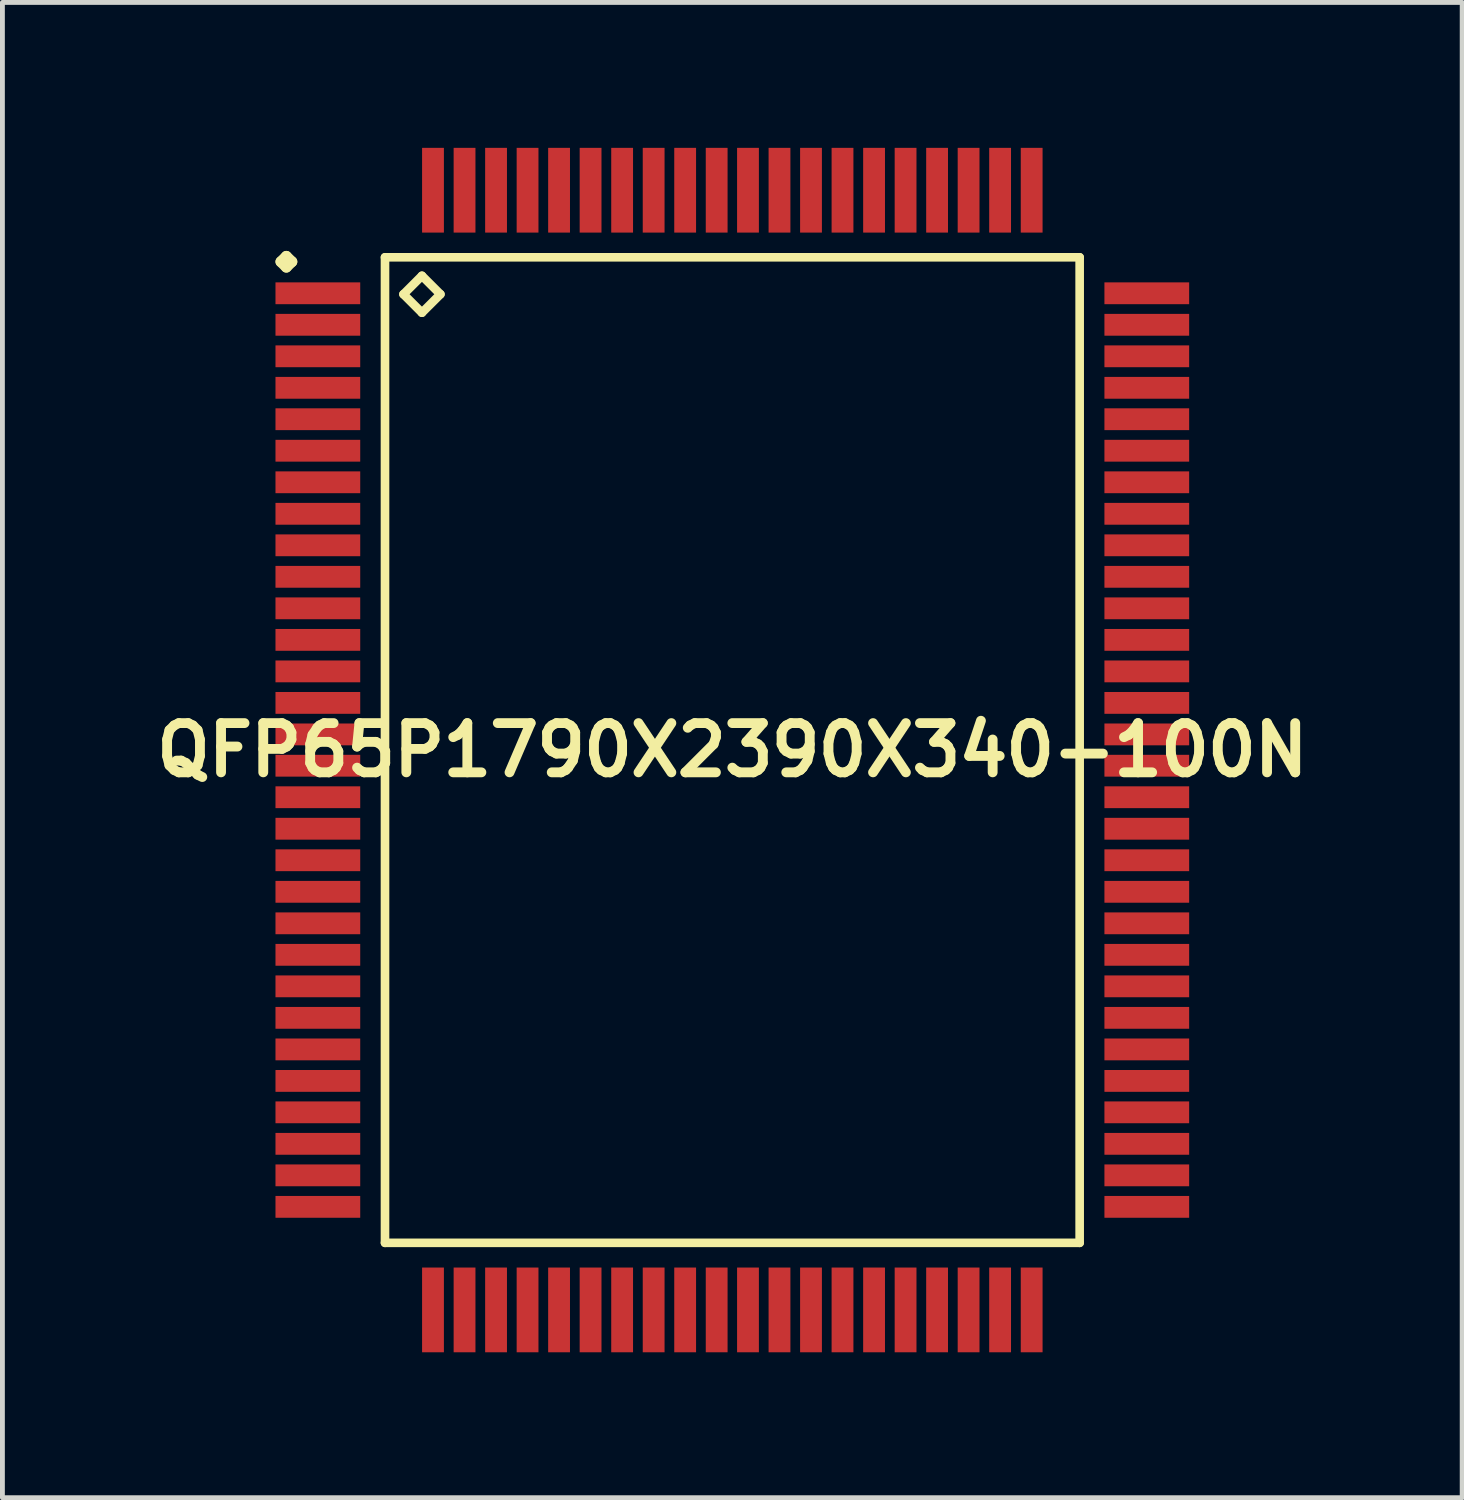
<source format=kicad_pcb>
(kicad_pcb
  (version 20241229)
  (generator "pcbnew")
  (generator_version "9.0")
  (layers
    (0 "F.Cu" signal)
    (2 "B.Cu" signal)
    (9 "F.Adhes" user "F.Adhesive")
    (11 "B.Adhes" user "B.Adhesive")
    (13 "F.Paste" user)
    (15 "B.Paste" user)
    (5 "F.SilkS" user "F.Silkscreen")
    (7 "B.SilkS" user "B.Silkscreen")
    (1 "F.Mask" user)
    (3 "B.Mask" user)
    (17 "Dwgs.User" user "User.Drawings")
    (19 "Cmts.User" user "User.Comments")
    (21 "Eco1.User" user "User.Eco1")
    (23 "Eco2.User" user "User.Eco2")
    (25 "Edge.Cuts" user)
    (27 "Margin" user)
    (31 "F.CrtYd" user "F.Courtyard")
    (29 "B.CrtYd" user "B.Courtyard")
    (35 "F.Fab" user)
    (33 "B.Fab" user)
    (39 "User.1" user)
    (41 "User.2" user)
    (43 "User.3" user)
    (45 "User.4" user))
  (footprint "QFP65P1790X2390X340-100N"
    (layer "F.Cu")
    (at 12.057 12.423)
    (property "Reference" "QFP65P1790X2390X340-100N" (at 0 0 0) (layer "F.SilkS") (effects (font (size 1.016 1.016) (thickness 0.203))))
    (attr smd)
    (fp_line (start -9.312 -10.074) (end -9.2 -10.185) (stroke (width 0.224) (type solid)) (layer "F.SilkS"))
    (fp_line (start -9.2 -10.185) (end -9.086 -10.074) (stroke (width 0.224) (type solid)) (layer "F.SilkS"))
    (fp_line (start -9.2 -9.962) (end -9.312 -10.074) (stroke (width 0.224) (type solid)) (layer "F.SilkS"))
    (fp_line (start -9.086 -10.074) (end -9.2 -9.962) (stroke (width 0.224) (type solid)) (layer "F.SilkS"))
    (fp_line (start -7.165 -10.165) (end -7.165 10.165) (stroke (width 0.178) (type solid)) (layer "F.SilkS"))
    (fp_line (start -7.165 10.165) (end 7.165 10.165) (stroke (width 0.178) (type solid)) (layer "F.SilkS"))
    (fp_line (start -6.784 -9.403) (end -6.403 -9.784) (stroke (width 0.178) (type solid)) (layer "F.SilkS"))
    (fp_line (start -6.403 -9.784) (end -6.022 -9.403) (stroke (width 0.178) (type solid)) (layer "F.SilkS"))
    (fp_line (start -6.403 -9.022) (end -6.784 -9.403) (stroke (width 0.178) (type solid)) (layer "F.SilkS"))
    (fp_line (start -6.022 -9.403) (end -6.403 -9.022) (stroke (width 0.178) (type solid)) (layer "F.SilkS"))
    (fp_line (start 7.165 -10.165) (end -7.165 -10.165) (stroke (width 0.178) (type solid)) (layer "F.SilkS"))
    (fp_line (start 7.165 10.165) (end 7.165 -10.165) (stroke (width 0.178) (type solid)) (layer "F.SilkS"))
    (pad "1" smd rect (at -8.55 -9.423) (size 1.748 0.45) (layers "F.Cu" "F.Mask" "F.Paste"))
    (pad "2" smd rect (at -8.55 -8.773) (size 1.748 0.45) (layers "F.Cu" "F.Mask" "F.Paste"))
    (pad "3" smd rect (at -8.55 -8.123) (size 1.748 0.45) (layers "F.Cu" "F.Mask" "F.Paste"))
    (pad "4" smd rect (at -8.55 -7.473) (size 1.748 0.45) (layers "F.Cu" "F.Mask" "F.Paste"))
    (pad "5" smd rect (at -8.55 -6.825) (size 1.748 0.45) (layers "F.Cu" "F.Mask" "F.Paste"))
    (pad "6" smd rect (at -8.55 -6.175) (size 1.748 0.45) (layers "F.Cu" "F.Mask" "F.Paste"))
    (pad "7" smd rect (at -8.55 -5.524) (size 1.748 0.45) (layers "F.Cu" "F.Mask" "F.Paste"))
    (pad "8" smd rect (at -8.55 -4.874) (size 1.748 0.45) (layers "F.Cu" "F.Mask" "F.Paste"))
    (pad "9" smd rect (at -8.55 -4.224) (size 1.748 0.45) (layers "F.Cu" "F.Mask" "F.Paste"))
    (pad "10" smd rect (at -8.55 -3.574) (size 1.748 0.45) (layers "F.Cu" "F.Mask" "F.Paste"))
    (pad "11" smd rect (at -8.55 -2.924) (size 1.748 0.45) (layers "F.Cu" "F.Mask" "F.Paste"))
    (pad "12" smd rect (at -8.55 -2.273) (size 1.748 0.45) (layers "F.Cu" "F.Mask" "F.Paste"))
    (pad "13" smd rect (at -8.55 -1.623) (size 1.748 0.45) (layers "F.Cu" "F.Mask" "F.Paste"))
    (pad "14" smd rect (at -8.55 -0.973) (size 1.748 0.45) (layers "F.Cu" "F.Mask" "F.Paste"))
    (pad "15" smd rect (at -8.55 -0.323) (size 1.748 0.45) (layers "F.Cu" "F.Mask" "F.Paste"))
    (pad "16" smd rect (at -8.55 0.323) (size 1.748 0.45) (layers "F.Cu" "F.Mask" "F.Paste"))
    (pad "17" smd rect (at -8.55 0.973) (size 1.748 0.45) (layers "F.Cu" "F.Mask" "F.Paste"))
    (pad "18" smd rect (at -8.55 1.623) (size 1.748 0.45) (layers "F.Cu" "F.Mask" "F.Paste"))
    (pad "19" smd rect (at -8.55 2.273) (size 1.748 0.45) (layers "F.Cu" "F.Mask" "F.Paste"))
    (pad "20" smd rect (at -8.55 2.924) (size 1.748 0.45) (layers "F.Cu" "F.Mask" "F.Paste"))
    (pad "21" smd rect (at -8.55 3.574) (size 1.748 0.45) (layers "F.Cu" "F.Mask" "F.Paste"))
    (pad "22" smd rect (at -8.55 4.224) (size 1.748 0.45) (layers "F.Cu" "F.Mask" "F.Paste"))
    (pad "23" smd rect (at -8.55 4.874) (size 1.748 0.45) (layers "F.Cu" "F.Mask" "F.Paste"))
    (pad "24" smd rect (at -8.55 5.524) (size 1.748 0.45) (layers "F.Cu" "F.Mask" "F.Paste"))
    (pad "25" smd rect (at -8.55 6.175) (size 1.748 0.45) (layers "F.Cu" "F.Mask" "F.Paste"))
    (pad "26" smd rect (at -8.55 6.825) (size 1.748 0.45) (layers "F.Cu" "F.Mask" "F.Paste"))
    (pad "27" smd rect (at -8.55 7.473) (size 1.748 0.45) (layers "F.Cu" "F.Mask" "F.Paste"))
    (pad "28" smd rect (at -8.55 8.123) (size 1.748 0.45) (layers "F.Cu" "F.Mask" "F.Paste"))
    (pad "29" smd rect (at -8.55 8.773) (size 1.748 0.45) (layers "F.Cu" "F.Mask" "F.Paste"))
    (pad "30" smd rect (at -8.55 9.423) (size 1.748 0.45) (layers "F.Cu" "F.Mask" "F.Paste"))
    (pad "31" smd rect (at -6.175 11.549) (size 0.45 1.748) (layers "F.Cu" "F.Mask" "F.Paste"))
    (pad "32" smd rect (at -5.524 11.549) (size 0.45 1.748) (layers "F.Cu" "F.Mask" "F.Paste"))
    (pad "33" smd rect (at -4.874 11.549) (size 0.45 1.748) (layers "F.Cu" "F.Mask" "F.Paste"))
    (pad "34" smd rect (at -4.224 11.549) (size 0.45 1.748) (layers "F.Cu" "F.Mask" "F.Paste"))
    (pad "35" smd rect (at -3.574 11.549) (size 0.45 1.748) (layers "F.Cu" "F.Mask" "F.Paste"))
    (pad "36" smd rect (at -2.924 11.549) (size 0.45 1.748) (layers "F.Cu" "F.Mask" "F.Paste"))
    (pad "37" smd rect (at -2.273 11.549) (size 0.45 1.748) (layers "F.Cu" "F.Mask" "F.Paste"))
    (pad "38" smd rect (at -1.623 11.549) (size 0.45 1.748) (layers "F.Cu" "F.Mask" "F.Paste"))
    (pad "39" smd rect (at -0.973 11.549) (size 0.45 1.748) (layers "F.Cu" "F.Mask" "F.Paste"))
    (pad "40" smd rect (at -0.323 11.549) (size 0.45 1.748) (layers "F.Cu" "F.Mask" "F.Paste"))
    (pad "41" smd rect (at 0.323 11.549) (size 0.45 1.748) (layers "F.Cu" "F.Mask" "F.Paste"))
    (pad "42" smd rect (at 0.973 11.549) (size 0.45 1.748) (layers "F.Cu" "F.Mask" "F.Paste"))
    (pad "43" smd rect (at 1.623 11.549) (size 0.45 1.748) (layers "F.Cu" "F.Mask" "F.Paste"))
    (pad "44" smd rect (at 2.273 11.549) (size 0.45 1.748) (layers "F.Cu" "F.Mask" "F.Paste"))
    (pad "45" smd rect (at 2.924 11.549) (size 0.45 1.748) (layers "F.Cu" "F.Mask" "F.Paste"))
    (pad "46" smd rect (at 3.574 11.549) (size 0.45 1.748) (layers "F.Cu" "F.Mask" "F.Paste"))
    (pad "47" smd rect (at 4.224 11.549) (size 0.45 1.748) (layers "F.Cu" "F.Mask" "F.Paste"))
    (pad "48" smd rect (at 4.874 11.549) (size 0.45 1.748) (layers "F.Cu" "F.Mask" "F.Paste"))
    (pad "49" smd rect (at 5.524 11.549) (size 0.45 1.748) (layers "F.Cu" "F.Mask" "F.Paste"))
    (pad "50" smd rect (at 6.175 11.549) (size 0.45 1.748) (layers "F.Cu" "F.Mask" "F.Paste"))
    (pad "51" smd rect (at 8.55 9.423) (size 1.748 0.45) (layers "F.Cu" "F.Mask" "F.Paste"))
    (pad "52" smd rect (at 8.55 8.773) (size 1.748 0.45) (layers "F.Cu" "F.Mask" "F.Paste"))
    (pad "53" smd rect (at 8.55 8.123) (size 1.748 0.45) (layers "F.Cu" "F.Mask" "F.Paste"))
    (pad "54" smd rect (at 8.55 7.473) (size 1.748 0.45) (layers "F.Cu" "F.Mask" "F.Paste"))
    (pad "55" smd rect (at 8.55 6.825) (size 1.748 0.45) (layers "F.Cu" "F.Mask" "F.Paste"))
    (pad "56" smd rect (at 8.55 6.175) (size 1.748 0.45) (layers "F.Cu" "F.Mask" "F.Paste"))
    (pad "57" smd rect (at 8.55 5.524) (size 1.748 0.45) (layers "F.Cu" "F.Mask" "F.Paste"))
    (pad "58" smd rect (at 8.55 4.874) (size 1.748 0.45) (layers "F.Cu" "F.Mask" "F.Paste"))
    (pad "59" smd rect (at 8.55 4.224) (size 1.748 0.45) (layers "F.Cu" "F.Mask" "F.Paste"))
    (pad "60" smd rect (at 8.55 3.574) (size 1.748 0.45) (layers "F.Cu" "F.Mask" "F.Paste"))
    (pad "61" smd rect (at 8.55 2.924) (size 1.748 0.45) (layers "F.Cu" "F.Mask" "F.Paste"))
    (pad "62" smd rect (at 8.55 2.273) (size 1.748 0.45) (layers "F.Cu" "F.Mask" "F.Paste"))
    (pad "63" smd rect (at 8.55 1.623) (size 1.748 0.45) (layers "F.Cu" "F.Mask" "F.Paste"))
    (pad "64" smd rect (at 8.55 0.973) (size 1.748 0.45) (layers "F.Cu" "F.Mask" "F.Paste"))
    (pad "65" smd rect (at 8.55 0.323) (size 1.748 0.45) (layers "F.Cu" "F.Mask" "F.Paste"))
    (pad "66" smd rect (at 8.55 -0.323) (size 1.748 0.45) (layers "F.Cu" "F.Mask" "F.Paste"))
    (pad "67" smd rect (at 8.55 -0.973) (size 1.748 0.45) (layers "F.Cu" "F.Mask" "F.Paste"))
    (pad "68" smd rect (at 8.55 -1.623) (size 1.748 0.45) (layers "F.Cu" "F.Mask" "F.Paste"))
    (pad "69" smd rect (at 8.55 -2.273) (size 1.748 0.45) (layers "F.Cu" "F.Mask" "F.Paste"))
    (pad "70" smd rect (at 8.55 -2.924) (size 1.748 0.45) (layers "F.Cu" "F.Mask" "F.Paste"))
    (pad "71" smd rect (at 8.55 -3.574) (size 1.748 0.45) (layers "F.Cu" "F.Mask" "F.Paste"))
    (pad "72" smd rect (at 8.55 -4.224) (size 1.748 0.45) (layers "F.Cu" "F.Mask" "F.Paste"))
    (pad "73" smd rect (at 8.55 -4.874) (size 1.748 0.45) (layers "F.Cu" "F.Mask" "F.Paste"))
    (pad "74" smd rect (at 8.55 -5.524) (size 1.748 0.45) (layers "F.Cu" "F.Mask" "F.Paste"))
    (pad "75" smd rect (at 8.55 -6.175) (size 1.748 0.45) (layers "F.Cu" "F.Mask" "F.Paste"))
    (pad "76" smd rect (at 8.55 -6.825) (size 1.748 0.45) (layers "F.Cu" "F.Mask" "F.Paste"))
    (pad "77" smd rect (at 8.55 -7.473) (size 1.748 0.45) (layers "F.Cu" "F.Mask" "F.Paste"))
    (pad "78" smd rect (at 8.55 -8.123) (size 1.748 0.45) (layers "F.Cu" "F.Mask" "F.Paste"))
    (pad "79" smd rect (at 8.55 -8.773) (size 1.748 0.45) (layers "F.Cu" "F.Mask" "F.Paste"))
    (pad "80" smd rect (at 8.55 -9.423) (size 1.748 0.45) (layers "F.Cu" "F.Mask" "F.Paste"))
    (pad "81" smd rect (at 6.175 -11.549) (size 0.45 1.748) (layers "F.Cu" "F.Mask" "F.Paste"))
    (pad "82" smd rect (at 5.524 -11.549) (size 0.45 1.748) (layers "F.Cu" "F.Mask" "F.Paste"))
    (pad "83" smd rect (at 4.874 -11.549) (size 0.45 1.748) (layers "F.Cu" "F.Mask" "F.Paste"))
    (pad "84" smd rect (at 4.224 -11.549) (size 0.45 1.748) (layers "F.Cu" "F.Mask" "F.Paste"))
    (pad "85" smd rect (at 3.574 -11.549) (size 0.45 1.748) (layers "F.Cu" "F.Mask" "F.Paste"))
    (pad "86" smd rect (at 2.924 -11.549) (size 0.45 1.748) (layers "F.Cu" "F.Mask" "F.Paste"))
    (pad "87" smd rect (at 2.273 -11.549) (size 0.45 1.748) (layers "F.Cu" "F.Mask" "F.Paste"))
    (pad "88" smd rect (at 1.623 -11.549) (size 0.45 1.748) (layers "F.Cu" "F.Mask" "F.Paste"))
    (pad "89" smd rect (at 0.973 -11.549) (size 0.45 1.748) (layers "F.Cu" "F.Mask" "F.Paste"))
    (pad "90" smd rect (at 0.323 -11.549) (size 0.45 1.748) (layers "F.Cu" "F.Mask" "F.Paste"))
    (pad "91" smd rect (at -0.323 -11.549) (size 0.45 1.748) (layers "F.Cu" "F.Mask" "F.Paste"))
    (pad "92" smd rect (at -0.973 -11.549) (size 0.45 1.748) (layers "F.Cu" "F.Mask" "F.Paste"))
    (pad "93" smd rect (at -1.623 -11.549) (size 0.45 1.748) (layers "F.Cu" "F.Mask" "F.Paste"))
    (pad "94" smd rect (at -2.273 -11.549) (size 0.45 1.748) (layers "F.Cu" "F.Mask" "F.Paste"))
    (pad "95" smd rect (at -2.924 -11.549) (size 0.45 1.748) (layers "F.Cu" "F.Mask" "F.Paste"))
    (pad "96" smd rect (at -3.574 -11.549) (size 0.45 1.748) (layers "F.Cu" "F.Mask" "F.Paste"))
    (pad "97" smd rect (at -4.224 -11.549) (size 0.45 1.748) (layers "F.Cu" "F.Mask" "F.Paste"))
    (pad "98" smd rect (at -4.874 -11.549) (size 0.45 1.748) (layers "F.Cu" "F.Mask" "F.Paste"))
    (pad "99" smd rect (at -5.524 -11.549) (size 0.45 1.748) (layers "F.Cu" "F.Mask" "F.Paste"))
    (pad "100" smd rect (at -6.175 -11.549) (size 0.45 1.748) (layers "F.Cu" "F.Mask" "F.Paste")))
  (gr_rect
    (start -3 -3)
    (end 27.113 27.846)
    (stroke (width 0.1) (type default))
    (fill no)
    (layer "Edge.Cuts")))
</source>
